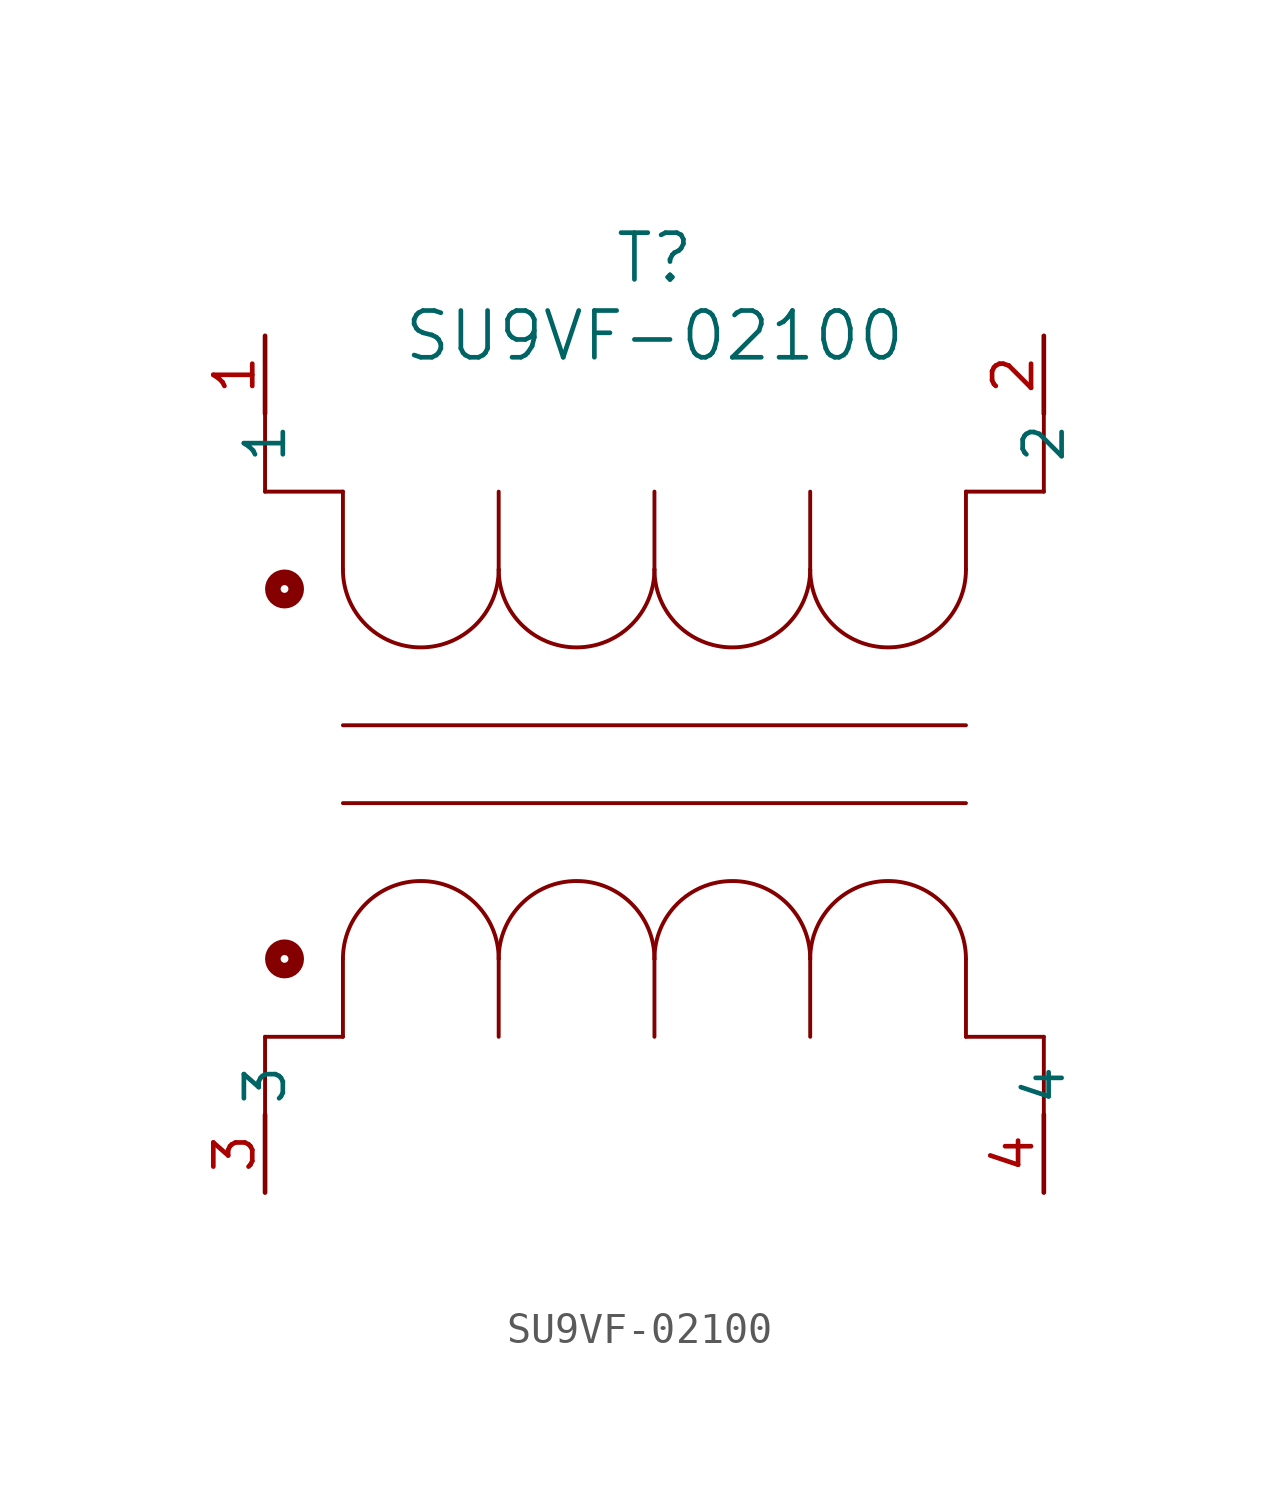
<source format=kicad_sym>
(kicad_symbol_lib
  (version 20211014)
  (generator kicad_symbol_editor)
  (symbol "SU9VF-02100"
    (pin_names
      (offset 0.254))
    (property "Reference" "T"
      (at 12.7 2.54 0)
      (effects (font (size 1.524 1.524))))
    (property "Value" "SU9VF-02100"
      (at 12.7 0 0)
      (effects (font (size 1.524 1.524))))
    (symbol "SU9VF-02100_0_1"
      (polyline (pts (xy 25.4 -25.4) (xy 25.4 -22.86)) (stroke (width 0.127) (type default) (color 0 0 0 0)) (fill (type none)))
      (polyline (pts (xy 0 -22.86) (xy 0 -25.4)) (stroke (width 0.127) (type default) (color 0 0 0 0)) (fill (type none)))
      (arc (start 7.62 -20.32) (mid 5.08 -17.78) (end 2.54 -20.32) (stroke (width 0.127) (type default) (color 0 0 0 0)) (fill (type none)))
      (polyline (pts (xy 2.54 -20.32) (xy 2.54 -22.86)) (stroke (width 0.127) (type default) (color 0 0 0 0)) (fill (type none)))
      (polyline (pts (xy 22.86 -5.08) (xy 25.4 -5.08)) (stroke (width 0.127) (type default) (color 0 0 0 0)) (fill (type none)))
      (arc (start 12.7 -20.32) (mid 10.16 -17.78) (end 7.62 -20.32) (stroke (width 0.127) (type default) (color 0 0 0 0)) (fill (type none)))
      (polyline (pts (xy 7.62 -20.32) (xy 7.62 -22.86)) (stroke (width 0.127) (type default) (color 0 0 0 0)) (fill (type none)))
      (polyline (pts (xy 2.54 -5.08) (xy 0 -5.08)) (stroke (width 0.127) (type default) (color 0 0 0 0)) (fill (type none)))
      (arc (start 17.78 -20.32) (mid 15.24 -17.78) (end 12.7 -20.32) (stroke (width 0.127) (type default) (color 0 0 0 0)) (fill (type none)))
      (polyline (pts (xy 12.7 -20.32) (xy 12.7 -22.86)) (stroke (width 0.127) (type default) (color 0 0 0 0)) (fill (type none)))
      (arc (start 22.86 -20.32) (mid 20.32 -17.78) (end 17.78 -20.32) (stroke (width 0.127) (type default) (color 0 0 0 0)) (fill (type none)))
      (polyline (pts (xy 17.78 -20.32) (xy 17.78 -22.86)) (stroke (width 0.127) (type default) (color 0 0 0 0)) (fill (type none)))
      (polyline (pts (xy 22.86 -20.32) (xy 22.86 -22.86)) (stroke (width 0.127) (type default) (color 0 0 0 0)) (fill (type none)))
      (polyline (pts (xy 2.54 -22.86) (xy 0 -22.86)) (stroke (width 0.127) (type default) (color 0 0 0 0)) (fill (type none)))
      (polyline (pts (xy 22.86 -22.86) (xy 25.4 -22.86)) (stroke (width 0.127) (type default) (color 0 0 0 0)) (fill (type none)))
      (polyline (pts (xy 2.54 -12.7) (xy 22.86 -12.7)) (stroke (width 0.127) (type default) (color 0 0 0 0)) (fill (type none)))
      (polyline (pts (xy 2.54 -15.24) (xy 22.86 -15.24)) (stroke (width 0.127) (type default) (color 0 0 0 0)) (fill (type none)))
      (polyline (pts (xy 25.4 -2.54) (xy 25.4 -5.08)) (stroke (width 0.127) (type default) (color 0 0 0 0)) (fill (type none)))
      (polyline (pts (xy 0 -2.54) (xy 0 -5.08)) (stroke (width 0.127) (type default) (color 0 0 0 0)) (fill (type none)))
      (arc (start 2.54 -7.62) (mid 5.08 -10.16) (end 7.62 -7.62) (stroke (width 0.127) (type default) (color 0 0 0 0)) (fill (type none)))
      (polyline (pts (xy 2.54 -7.62) (xy 2.54 -5.08)) (stroke (width 0.127) (type default) (color 0 0 0 0)) (fill (type none)))
      (arc (start 7.62 -7.62) (mid 10.16 -10.16) (end 12.7 -7.62) (stroke (width 0.127) (type default) (color 0 0 0 0)) (fill (type none)))
      (polyline (pts (xy 7.62 -7.62) (xy 7.62 -5.08)) (stroke (width 0.127) (type default) (color 0 0 0 0)) (fill (type none)))
      (arc (start 12.7 -7.62) (mid 15.24 -10.16) (end 17.78 -7.62) (stroke (width 0.127) (type default) (color 0 0 0 0)) (fill (type none)))
      (polyline (pts (xy 12.7 -7.62) (xy 12.7 -5.08)) (stroke (width 0.127) (type default) (color 0 0 0 0)) (fill (type none)))
      (arc (start 17.78 -7.62) (mid 20.32 -10.16) (end 22.86 -7.62) (stroke (width 0.127) (type default) (color 0 0 0 0)) (fill (type none)))
      (polyline (pts (xy 17.78 -7.62) (xy 17.78 -5.08)) (stroke (width 0.127) (type default) (color 0 0 0 0)) (fill (type none)))
      (polyline (pts (xy 22.86 -7.62) (xy 22.86 -5.08)) (stroke (width 0.127) (type default) (color 0 0 0 0)) (fill (type none)))
      (circle (center 0.635 -8.255) (radius 0.127) (stroke (width 0.508) (type default) (color 0 0 0 0)) (fill (type none)))
      (circle (center 0.635 -20.32) (radius 0.127) (stroke (width 0.508) (type default) (color 0 0 0 0)) (fill (type none)))
      (pin unspecified line (at 0 0 270) (length 2.54) (name "1" (effects (font (size 1.27 1.27)))) (number "1" (effects (font (size 1.27 1.27)))))
      (pin unspecified line (at 25.4 0 270) (length 2.54) (name "2" (effects (font (size 1.27 1.27)))) (number "2" (effects (font (size 1.27 1.27)))))
      (pin unspecified line (at 0 -27.94 90) (length 2.54) (name "3" (effects (font (size 1.27 1.27)))) (number "3" (effects (font (size 1.27 1.27)))))
      (pin unspecified line (at 25.4 -27.94 90) (length 2.54) (name "4" (effects (font (size 1.27 1.27)))) (number "4" (effects (font (size 1.27 1.27))))))))
</source>
